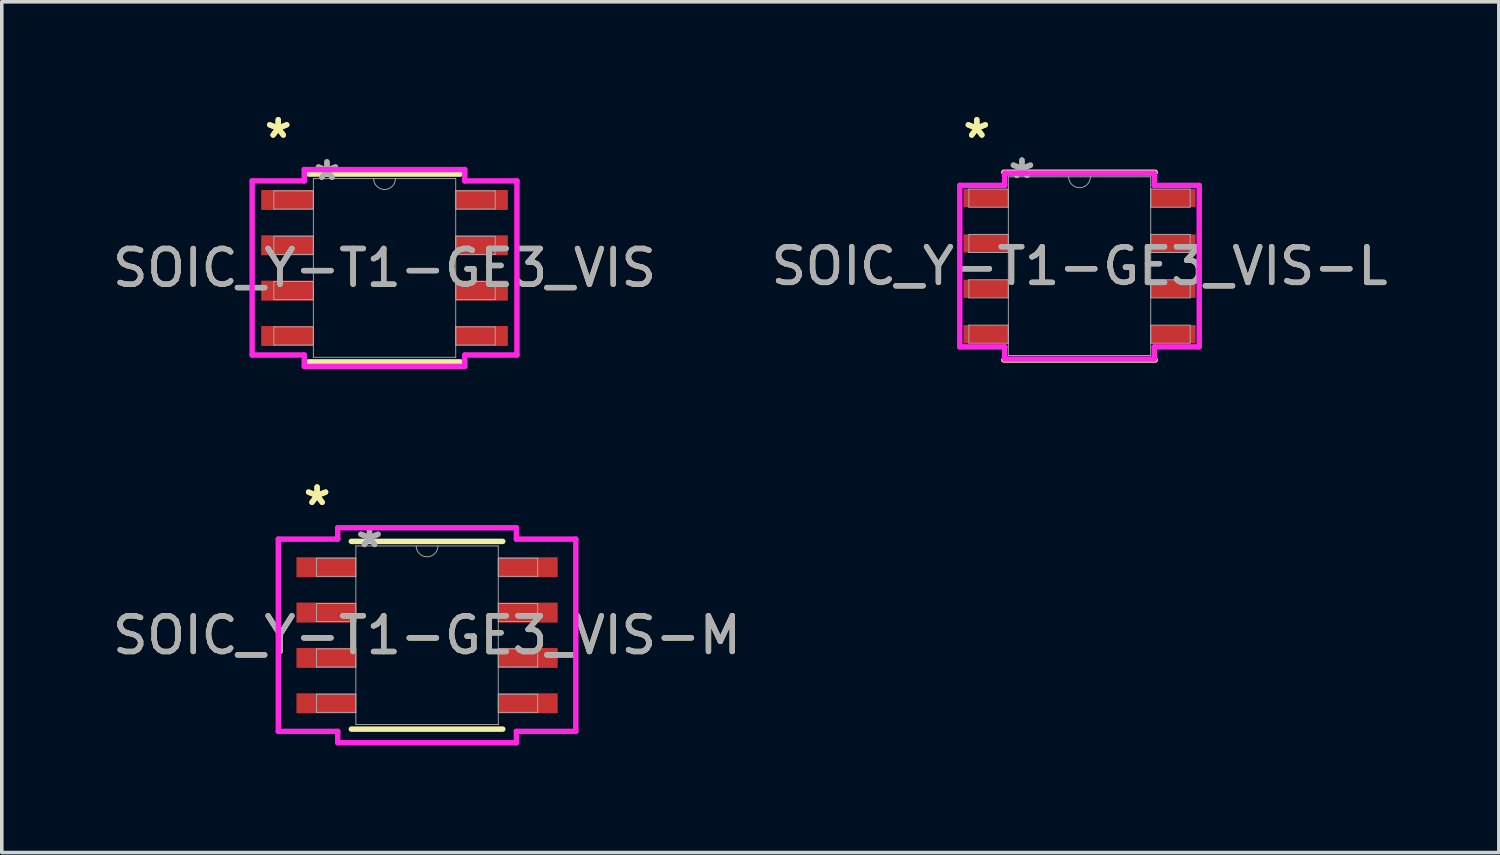
<source format=kicad_pcb>
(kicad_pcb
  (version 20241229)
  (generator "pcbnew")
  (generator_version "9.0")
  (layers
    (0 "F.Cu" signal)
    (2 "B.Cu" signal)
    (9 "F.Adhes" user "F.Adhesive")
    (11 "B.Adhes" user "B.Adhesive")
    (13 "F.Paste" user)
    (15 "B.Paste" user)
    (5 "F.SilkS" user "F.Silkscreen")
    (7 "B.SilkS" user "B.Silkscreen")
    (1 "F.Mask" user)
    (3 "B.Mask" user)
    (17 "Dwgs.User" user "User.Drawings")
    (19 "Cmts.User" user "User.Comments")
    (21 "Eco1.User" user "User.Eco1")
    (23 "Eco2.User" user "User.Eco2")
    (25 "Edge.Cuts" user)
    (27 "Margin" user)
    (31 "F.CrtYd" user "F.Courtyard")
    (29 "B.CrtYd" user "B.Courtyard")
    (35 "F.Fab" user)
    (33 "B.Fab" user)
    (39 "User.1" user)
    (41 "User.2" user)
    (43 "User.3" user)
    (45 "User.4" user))
  (footprint "SOIC_Y-T1-GE3_VIS-M"
    (layer "F.Cu")
    (at 8.911 14.742)
    (property "Reference" "SOIC_Y-T1-GE3_VIS-M" (at 0 0 0) (unlocked yes) (layer "F.SilkS") (effects (font (size 1 1) (thickness 0.15))))
    (attr smd)
    (fp_line (start -2.121 2.629) (end 2.121 2.629) (stroke (width 0.152) (type solid)) (layer "F.SilkS"))
    (fp_line (start 2.121 -2.629) (end -2.121 -2.629) (stroke (width 0.152) (type solid)) (layer "F.SilkS"))
    (fp_line (start -4.166 -2.692) (end -2.502 -2.692) (stroke (width 0.152) (type solid)) (layer "F.CrtYd"))
    (fp_line (start -4.166 2.692) (end -4.166 -2.692) (stroke (width 0.152) (type solid)) (layer "F.CrtYd"))
    (fp_line (start -4.166 2.692) (end -2.502 2.692) (stroke (width 0.152) (type solid)) (layer "F.CrtYd"))
    (fp_line (start -2.502 -3.01) (end 2.502 -3.01) (stroke (width 0.152) (type solid)) (layer "F.CrtYd"))
    (fp_line (start -2.502 -2.692) (end -2.502 -3.01) (stroke (width 0.152) (type solid)) (layer "F.CrtYd"))
    (fp_line (start -2.502 3.01) (end -2.502 2.692) (stroke (width 0.152) (type solid)) (layer "F.CrtYd"))
    (fp_line (start 2.502 -3.01) (end 2.502 -2.692) (stroke (width 0.152) (type solid)) (layer "F.CrtYd"))
    (fp_line (start 2.502 2.692) (end 2.502 3.01) (stroke (width 0.152) (type solid)) (layer "F.CrtYd"))
    (fp_line (start 2.502 3.01) (end -2.502 3.01) (stroke (width 0.152) (type solid)) (layer "F.CrtYd"))
    (fp_line (start 4.166 -2.692) (end 2.502 -2.692) (stroke (width 0.152) (type solid)) (layer "F.CrtYd"))
    (fp_line (start 4.166 -2.692) (end 4.166 2.692) (stroke (width 0.152) (type solid)) (layer "F.CrtYd"))
    (fp_line (start 4.166 2.692) (end 2.502 2.692) (stroke (width 0.152) (type solid)) (layer "F.CrtYd"))
    (fp_line (start -3.099 -2.159) (end -3.099 -1.651) (stroke (width 0.025) (type solid)) (layer "F.Fab"))
    (fp_line (start -3.099 -1.651) (end -1.994 -1.651) (stroke (width 0.025) (type solid)) (layer "F.Fab"))
    (fp_line (start -3.099 -0.889) (end -3.099 -0.381) (stroke (width 0.025) (type solid)) (layer "F.Fab"))
    (fp_line (start -3.099 -0.381) (end -1.994 -0.381) (stroke (width 0.025) (type solid)) (layer "F.Fab"))
    (fp_line (start -3.099 0.381) (end -3.099 0.889) (stroke (width 0.025) (type solid)) (layer "F.Fab"))
    (fp_line (start -3.099 0.889) (end -1.994 0.889) (stroke (width 0.025) (type solid)) (layer "F.Fab"))
    (fp_line (start -3.099 1.651) (end -3.099 2.159) (stroke (width 0.025) (type solid)) (layer "F.Fab"))
    (fp_line (start -3.099 2.159) (end -1.994 2.159) (stroke (width 0.025) (type solid)) (layer "F.Fab"))
    (fp_line (start -1.994 -2.502) (end -1.994 2.502) (stroke (width 0.025) (type solid)) (layer "F.Fab"))
    (fp_line (start -1.994 -2.159) (end -3.099 -2.159) (stroke (width 0.025) (type solid)) (layer "F.Fab"))
    (fp_line (start -1.994 -1.651) (end -1.994 -2.159) (stroke (width 0.025) (type solid)) (layer "F.Fab"))
    (fp_line (start -1.994 -0.889) (end -3.099 -0.889) (stroke (width 0.025) (type solid)) (layer "F.Fab"))
    (fp_line (start -1.994 -0.381) (end -1.994 -0.889) (stroke (width 0.025) (type solid)) (layer "F.Fab"))
    (fp_line (start -1.994 0.381) (end -3.099 0.381) (stroke (width 0.025) (type solid)) (layer "F.Fab"))
    (fp_line (start -1.994 0.889) (end -1.994 0.381) (stroke (width 0.025) (type solid)) (layer "F.Fab"))
    (fp_line (start -1.994 1.651) (end -3.099 1.651) (stroke (width 0.025) (type solid)) (layer "F.Fab"))
    (fp_line (start -1.994 2.159) (end -1.994 1.651) (stroke (width 0.025) (type solid)) (layer "F.Fab"))
    (fp_line (start -1.994 2.502) (end 1.994 2.502) (stroke (width 0.025) (type solid)) (layer "F.Fab"))
    (fp_line (start 1.994 -2.502) (end -1.994 -2.502) (stroke (width 0.025) (type solid)) (layer "F.Fab"))
    (fp_line (start 1.994 -2.159) (end 1.994 -1.651) (stroke (width 0.025) (type solid)) (layer "F.Fab"))
    (fp_line (start 1.994 -1.651) (end 3.099 -1.651) (stroke (width 0.025) (type solid)) (layer "F.Fab"))
    (fp_line (start 1.994 -0.889) (end 1.994 -0.381) (stroke (width 0.025) (type solid)) (layer "F.Fab"))
    (fp_line (start 1.994 -0.381) (end 3.099 -0.381) (stroke (width 0.025) (type solid)) (layer "F.Fab"))
    (fp_line (start 1.994 0.381) (end 1.994 0.889) (stroke (width 0.025) (type solid)) (layer "F.Fab"))
    (fp_line (start 1.994 0.889) (end 3.099 0.889) (stroke (width 0.025) (type solid)) (layer "F.Fab"))
    (fp_line (start 1.994 1.651) (end 1.994 2.159) (stroke (width 0.025) (type solid)) (layer "F.Fab"))
    (fp_line (start 1.994 2.159) (end 3.099 2.159) (stroke (width 0.025) (type solid)) (layer "F.Fab"))
    (fp_line (start 1.994 2.502) (end 1.994 -2.502) (stroke (width 0.025) (type solid)) (layer "F.Fab"))
    (fp_line (start 3.099 -2.159) (end 1.994 -2.159) (stroke (width 0.025) (type solid)) (layer "F.Fab"))
    (fp_line (start 3.099 -1.651) (end 3.099 -2.159) (stroke (width 0.025) (type solid)) (layer "F.Fab"))
    (fp_line (start 3.099 -0.889) (end 1.994 -0.889) (stroke (width 0.025) (type solid)) (layer "F.Fab"))
    (fp_line (start 3.099 -0.381) (end 3.099 -0.889) (stroke (width 0.025) (type solid)) (layer "F.Fab"))
    (fp_line (start 3.099 0.381) (end 1.994 0.381) (stroke (width 0.025) (type solid)) (layer "F.Fab"))
    (fp_line (start 3.099 0.889) (end 3.099 0.381) (stroke (width 0.025) (type solid)) (layer "F.Fab"))
    (fp_line (start 3.099 1.651) (end 1.994 1.651) (stroke (width 0.025) (type solid)) (layer "F.Fab"))
    (fp_line (start 3.099 2.159) (end 3.099 1.651) (stroke (width 0.025) (type solid)) (layer "F.Fab"))
    (fp_arc (start 0.3048 -2.5019) (mid 0 -2.1971) (end -0.3048 -2.5019) (stroke (width 0.0254) (type solid)) (layer "F.Fab"))
    (fp_text user "*" (at -3.08 -3.607 0) (unlocked yes) (layer "F.SilkS") (effects (font (size 1 1) (thickness 0.15))))
    (fp_text user "*" (at -3.08 -3.607 0) (layer "F.SilkS") (effects (font (size 1 1) (thickness 0.15))))
    (fp_text user "*" (at -1.613 -2.426 0) (unlocked yes) (layer "F.Fab") (effects (font (size 1 1) (thickness 0.15))))
    (fp_text user "*" (at -1.613 -2.426 0) (layer "F.Fab") (effects (font (size 1 1) (thickness 0.15))))
    (fp_text user "${REFERENCE}" (at 0 0 0) (unlocked yes) (layer "F.Fab") (effects (font (size 1 1) (thickness 0.15))))
    (pad "1" smd rect (at -2.826 -1.905) (size 1.664 0.559) (layers "F.Cu" "F.Mask" "F.Paste"))
    (pad "2" smd rect (at -2.826 -0.635) (size 1.664 0.559) (layers "F.Cu" "F.Mask" "F.Paste"))
    (pad "3" smd rect (at -2.826 0.635) (size 1.664 0.559) (layers "F.Cu" "F.Mask" "F.Paste"))
    (pad "4" smd rect (at -2.826 1.905) (size 1.664 0.559) (layers "F.Cu" "F.Mask" "F.Paste"))
    (pad "5" smd rect (at 2.826 1.905) (size 1.664 0.559) (layers "F.Cu" "F.Mask" "F.Paste"))
    (pad "6" smd rect (at 2.826 0.635) (size 1.664 0.559) (layers "F.Cu" "F.Mask" "F.Paste"))
    (pad "7" smd rect (at 2.826 -0.635) (size 1.664 0.559) (layers "F.Cu" "F.Mask" "F.Paste"))
    (pad "8" smd rect (at 2.826 -1.905) (size 1.664 0.559) (layers "F.Cu" "F.Mask" "F.Paste")))
  (footprint "SOIC_Y-T1-GE3_VIS-L"
    (layer "F.Cu")
    (at 27.185 4.404)
    (property "Reference" "SOIC_Y-T1-GE3_VIS-L" (at 0 0 0) (unlocked yes) (layer "F.SilkS") (effects (font (size 1 1) (thickness 0.15))))
    (attr smd)
    (fp_line (start -2.121 2.629) (end 2.121 2.629) (stroke (width 0.152) (type solid)) (layer "F.SilkS"))
    (fp_line (start 2.121 -2.629) (end -2.121 -2.629) (stroke (width 0.152) (type solid)) (layer "F.SilkS"))
    (fp_line (start -3.353 -2.261) (end -2.095 -2.261) (stroke (width 0.152) (type solid)) (layer "F.CrtYd"))
    (fp_line (start -3.353 2.261) (end -3.353 -2.261) (stroke (width 0.152) (type solid)) (layer "F.CrtYd"))
    (fp_line (start -3.353 2.261) (end -2.095 2.261) (stroke (width 0.152) (type solid)) (layer "F.CrtYd"))
    (fp_line (start -2.095 -2.603) (end 2.095 -2.603) (stroke (width 0.152) (type solid)) (layer "F.CrtYd"))
    (fp_line (start -2.095 -2.261) (end -2.095 -2.603) (stroke (width 0.152) (type solid)) (layer "F.CrtYd"))
    (fp_line (start -2.095 2.603) (end -2.095 2.261) (stroke (width 0.152) (type solid)) (layer "F.CrtYd"))
    (fp_line (start 2.095 -2.603) (end 2.095 -2.261) (stroke (width 0.152) (type solid)) (layer "F.CrtYd"))
    (fp_line (start 2.095 2.261) (end 2.095 2.603) (stroke (width 0.152) (type solid)) (layer "F.CrtYd"))
    (fp_line (start 2.095 2.603) (end -2.095 2.603) (stroke (width 0.152) (type solid)) (layer "F.CrtYd"))
    (fp_line (start 3.353 -2.261) (end 2.095 -2.261) (stroke (width 0.152) (type solid)) (layer "F.CrtYd"))
    (fp_line (start 3.353 -2.261) (end 3.353 2.261) (stroke (width 0.152) (type solid)) (layer "F.CrtYd"))
    (fp_line (start 3.353 2.261) (end 2.095 2.261) (stroke (width 0.152) (type solid)) (layer "F.CrtYd"))
    (fp_line (start -3.099 -2.159) (end -3.099 -1.651) (stroke (width 0.025) (type solid)) (layer "F.Fab"))
    (fp_line (start -3.099 -1.651) (end -1.994 -1.651) (stroke (width 0.025) (type solid)) (layer "F.Fab"))
    (fp_line (start -3.099 -0.889) (end -3.099 -0.381) (stroke (width 0.025) (type solid)) (layer "F.Fab"))
    (fp_line (start -3.099 -0.381) (end -1.994 -0.381) (stroke (width 0.025) (type solid)) (layer "F.Fab"))
    (fp_line (start -3.099 0.381) (end -3.099 0.889) (stroke (width 0.025) (type solid)) (layer "F.Fab"))
    (fp_line (start -3.099 0.889) (end -1.994 0.889) (stroke (width 0.025) (type solid)) (layer "F.Fab"))
    (fp_line (start -3.099 1.651) (end -3.099 2.159) (stroke (width 0.025) (type solid)) (layer "F.Fab"))
    (fp_line (start -3.099 2.159) (end -1.994 2.159) (stroke (width 0.025) (type solid)) (layer "F.Fab"))
    (fp_line (start -1.994 -2.502) (end -1.994 2.502) (stroke (width 0.025) (type solid)) (layer "F.Fab"))
    (fp_line (start -1.994 -2.159) (end -3.099 -2.159) (stroke (width 0.025) (type solid)) (layer "F.Fab"))
    (fp_line (start -1.994 -1.651) (end -1.994 -2.159) (stroke (width 0.025) (type solid)) (layer "F.Fab"))
    (fp_line (start -1.994 -0.889) (end -3.099 -0.889) (stroke (width 0.025) (type solid)) (layer "F.Fab"))
    (fp_line (start -1.994 -0.381) (end -1.994 -0.889) (stroke (width 0.025) (type solid)) (layer "F.Fab"))
    (fp_line (start -1.994 0.381) (end -3.099 0.381) (stroke (width 0.025) (type solid)) (layer "F.Fab"))
    (fp_line (start -1.994 0.889) (end -1.994 0.381) (stroke (width 0.025) (type solid)) (layer "F.Fab"))
    (fp_line (start -1.994 1.651) (end -3.099 1.651) (stroke (width 0.025) (type solid)) (layer "F.Fab"))
    (fp_line (start -1.994 2.159) (end -1.994 1.651) (stroke (width 0.025) (type solid)) (layer "F.Fab"))
    (fp_line (start -1.994 2.502) (end 1.994 2.502) (stroke (width 0.025) (type solid)) (layer "F.Fab"))
    (fp_line (start 1.994 -2.502) (end -1.994 -2.502) (stroke (width 0.025) (type solid)) (layer "F.Fab"))
    (fp_line (start 1.994 -2.159) (end 1.994 -1.651) (stroke (width 0.025) (type solid)) (layer "F.Fab"))
    (fp_line (start 1.994 -1.651) (end 3.099 -1.651) (stroke (width 0.025) (type solid)) (layer "F.Fab"))
    (fp_line (start 1.994 -0.889) (end 1.994 -0.381) (stroke (width 0.025) (type solid)) (layer "F.Fab"))
    (fp_line (start 1.994 -0.381) (end 3.099 -0.381) (stroke (width 0.025) (type solid)) (layer "F.Fab"))
    (fp_line (start 1.994 0.381) (end 1.994 0.889) (stroke (width 0.025) (type solid)) (layer "F.Fab"))
    (fp_line (start 1.994 0.889) (end 3.099 0.889) (stroke (width 0.025) (type solid)) (layer "F.Fab"))
    (fp_line (start 1.994 1.651) (end 1.994 2.159) (stroke (width 0.025) (type solid)) (layer "F.Fab"))
    (fp_line (start 1.994 2.159) (end 3.099 2.159) (stroke (width 0.025) (type solid)) (layer "F.Fab"))
    (fp_line (start 1.994 2.502) (end 1.994 -2.502) (stroke (width 0.025) (type solid)) (layer "F.Fab"))
    (fp_line (start 3.099 -2.159) (end 1.994 -2.159) (stroke (width 0.025) (type solid)) (layer "F.Fab"))
    (fp_line (start 3.099 -1.651) (end 3.099 -2.159) (stroke (width 0.025) (type solid)) (layer "F.Fab"))
    (fp_line (start 3.099 -0.889) (end 1.994 -0.889) (stroke (width 0.025) (type solid)) (layer "F.Fab"))
    (fp_line (start 3.099 -0.381) (end 3.099 -0.889) (stroke (width 0.025) (type solid)) (layer "F.Fab"))
    (fp_line (start 3.099 0.381) (end 1.994 0.381) (stroke (width 0.025) (type solid)) (layer "F.Fab"))
    (fp_line (start 3.099 0.889) (end 3.099 0.381) (stroke (width 0.025) (type solid)) (layer "F.Fab"))
    (fp_line (start 3.099 1.651) (end 1.994 1.651) (stroke (width 0.025) (type solid)) (layer "F.Fab"))
    (fp_line (start 3.099 2.159) (end 3.099 1.651) (stroke (width 0.025) (type solid)) (layer "F.Fab"))
    (fp_arc (start 0.3048 -2.5019) (mid 0 -2.1971) (end -0.3048 -2.5019) (stroke (width 0.0254) (type solid)) (layer "F.Fab"))
    (fp_text user "*" (at -2.877 -3.556 0) (layer "F.SilkS") (effects (font (size 1 1) (thickness 0.15))))
    (fp_text user "*" (at -2.877 -3.556 0) (unlocked yes) (layer "F.SilkS") (effects (font (size 1 1) (thickness 0.15))))
    (fp_text user "*" (at -1.613 -2.426 0) (unlocked yes) (layer "F.Fab") (effects (font (size 1 1) (thickness 0.15))))
    (fp_text user "${REFERENCE}" (at 0 0 0) (unlocked yes) (layer "F.Fab") (effects (font (size 1 1) (thickness 0.15))))
    (fp_text user "*" (at -1.613 -2.426 0) (layer "F.Fab") (effects (font (size 1 1) (thickness 0.15))))
    (pad "1" smd rect (at -2.623 -1.905) (size 1.257 0.508) (layers "F.Cu" "F.Mask" "F.Paste"))
    (pad "2" smd rect (at -2.623 -0.635) (size 1.257 0.508) (layers "F.Cu" "F.Mask" "F.Paste"))
    (pad "3" smd rect (at -2.623 0.635) (size 1.257 0.508) (layers "F.Cu" "F.Mask" "F.Paste"))
    (pad "4" smd rect (at -2.623 1.905) (size 1.257 0.508) (layers "F.Cu" "F.Mask" "F.Paste"))
    (pad "5" smd rect (at 2.623 1.905) (size 1.257 0.508) (layers "F.Cu" "F.Mask" "F.Paste"))
    (pad "6" smd rect (at 2.623 0.635) (size 1.257 0.508) (layers "F.Cu" "F.Mask" "F.Paste"))
    (pad "7" smd rect (at 2.623 -0.635) (size 1.257 0.508) (layers "F.Cu" "F.Mask" "F.Paste"))
    (pad "8" smd rect (at 2.623 -1.905) (size 1.257 0.508) (layers "F.Cu" "F.Mask" "F.Paste")))
  (footprint "SOIC_Y-T1-GE3_VIS"
    (layer "F.Cu")
    (at 7.72 4.455)
    (property "Reference" "SOIC_Y-T1-GE3_VIS" (at 0 0 0) (unlocked yes) (layer "F.SilkS") (effects (font (size 1 1) (thickness 0.15))))
    (attr smd)
    (fp_line (start -2.121 2.629) (end 2.121 2.629) (stroke (width 0.152) (type solid)) (layer "F.SilkS"))
    (fp_line (start 2.121 -2.629) (end -2.121 -2.629) (stroke (width 0.152) (type solid)) (layer "F.SilkS"))
    (fp_line (start -3.708 -2.438) (end -2.248 -2.438) (stroke (width 0.152) (type solid)) (layer "F.CrtYd"))
    (fp_line (start -3.708 2.438) (end -3.708 -2.438) (stroke (width 0.152) (type solid)) (layer "F.CrtYd"))
    (fp_line (start -3.708 2.438) (end -2.248 2.438) (stroke (width 0.152) (type solid)) (layer "F.CrtYd"))
    (fp_line (start -2.248 -2.756) (end 2.248 -2.756) (stroke (width 0.152) (type solid)) (layer "F.CrtYd"))
    (fp_line (start -2.248 -2.438) (end -2.248 -2.756) (stroke (width 0.152) (type solid)) (layer "F.CrtYd"))
    (fp_line (start -2.248 2.756) (end -2.248 2.438) (stroke (width 0.152) (type solid)) (layer "F.CrtYd"))
    (fp_line (start 2.248 -2.756) (end 2.248 -2.438) (stroke (width 0.152) (type solid)) (layer "F.CrtYd"))
    (fp_line (start 2.248 2.438) (end 2.248 2.756) (stroke (width 0.152) (type solid)) (layer "F.CrtYd"))
    (fp_line (start 2.248 2.756) (end -2.248 2.756) (stroke (width 0.152) (type solid)) (layer "F.CrtYd"))
    (fp_line (start 3.708 -2.438) (end 2.248 -2.438) (stroke (width 0.152) (type solid)) (layer "F.CrtYd"))
    (fp_line (start 3.708 -2.438) (end 3.708 2.438) (stroke (width 0.152) (type solid)) (layer "F.CrtYd"))
    (fp_line (start 3.708 2.438) (end 2.248 2.438) (stroke (width 0.152) (type solid)) (layer "F.CrtYd"))
    (fp_line (start -3.099 -2.159) (end -3.099 -1.651) (stroke (width 0.025) (type solid)) (layer "F.Fab"))
    (fp_line (start -3.099 -1.651) (end -1.994 -1.651) (stroke (width 0.025) (type solid)) (layer "F.Fab"))
    (fp_line (start -3.099 -0.889) (end -3.099 -0.381) (stroke (width 0.025) (type solid)) (layer "F.Fab"))
    (fp_line (start -3.099 -0.381) (end -1.994 -0.381) (stroke (width 0.025) (type solid)) (layer "F.Fab"))
    (fp_line (start -3.099 0.381) (end -3.099 0.889) (stroke (width 0.025) (type solid)) (layer "F.Fab"))
    (fp_line (start -3.099 0.889) (end -1.994 0.889) (stroke (width 0.025) (type solid)) (layer "F.Fab"))
    (fp_line (start -3.099 1.651) (end -3.099 2.159) (stroke (width 0.025) (type solid)) (layer "F.Fab"))
    (fp_line (start -3.099 2.159) (end -1.994 2.159) (stroke (width 0.025) (type solid)) (layer "F.Fab"))
    (fp_line (start -1.994 -2.502) (end -1.994 2.502) (stroke (width 0.025) (type solid)) (layer "F.Fab"))
    (fp_line (start -1.994 -2.159) (end -3.099 -2.159) (stroke (width 0.025) (type solid)) (layer "F.Fab"))
    (fp_line (start -1.994 -1.651) (end -1.994 -2.159) (stroke (width 0.025) (type solid)) (layer "F.Fab"))
    (fp_line (start -1.994 -0.889) (end -3.099 -0.889) (stroke (width 0.025) (type solid)) (layer "F.Fab"))
    (fp_line (start -1.994 -0.381) (end -1.994 -0.889) (stroke (width 0.025) (type solid)) (layer "F.Fab"))
    (fp_line (start -1.994 0.381) (end -3.099 0.381) (stroke (width 0.025) (type solid)) (layer "F.Fab"))
    (fp_line (start -1.994 0.889) (end -1.994 0.381) (stroke (width 0.025) (type solid)) (layer "F.Fab"))
    (fp_line (start -1.994 1.651) (end -3.099 1.651) (stroke (width 0.025) (type solid)) (layer "F.Fab"))
    (fp_line (start -1.994 2.159) (end -1.994 1.651) (stroke (width 0.025) (type solid)) (layer "F.Fab"))
    (fp_line (start -1.994 2.502) (end 1.994 2.502) (stroke (width 0.025) (type solid)) (layer "F.Fab"))
    (fp_line (start 1.994 -2.502) (end -1.994 -2.502) (stroke (width 0.025) (type solid)) (layer "F.Fab"))
    (fp_line (start 1.994 -2.159) (end 1.994 -1.651) (stroke (width 0.025) (type solid)) (layer "F.Fab"))
    (fp_line (start 1.994 -1.651) (end 3.099 -1.651) (stroke (width 0.025) (type solid)) (layer "F.Fab"))
    (fp_line (start 1.994 -0.889) (end 1.994 -0.381) (stroke (width 0.025) (type solid)) (layer "F.Fab"))
    (fp_line (start 1.994 -0.381) (end 3.099 -0.381) (stroke (width 0.025) (type solid)) (layer "F.Fab"))
    (fp_line (start 1.994 0.381) (end 1.994 0.889) (stroke (width 0.025) (type solid)) (layer "F.Fab"))
    (fp_line (start 1.994 0.889) (end 3.099 0.889) (stroke (width 0.025) (type solid)) (layer "F.Fab"))
    (fp_line (start 1.994 1.651) (end 1.994 2.159) (stroke (width 0.025) (type solid)) (layer "F.Fab"))
    (fp_line (start 1.994 2.159) (end 3.099 2.159) (stroke (width 0.025) (type solid)) (layer "F.Fab"))
    (fp_line (start 1.994 2.502) (end 1.994 -2.502) (stroke (width 0.025) (type solid)) (layer "F.Fab"))
    (fp_line (start 3.099 -2.159) (end 1.994 -2.159) (stroke (width 0.025) (type solid)) (layer "F.Fab"))
    (fp_line (start 3.099 -1.651) (end 3.099 -2.159) (stroke (width 0.025) (type solid)) (layer "F.Fab"))
    (fp_line (start 3.099 -0.889) (end 1.994 -0.889) (stroke (width 0.025) (type solid)) (layer "F.Fab"))
    (fp_line (start 3.099 -0.381) (end 3.099 -0.889) (stroke (width 0.025) (type solid)) (layer "F.Fab"))
    (fp_line (start 3.099 0.381) (end 1.994 0.381) (stroke (width 0.025) (type solid)) (layer "F.Fab"))
    (fp_line (start 3.099 0.889) (end 3.099 0.381) (stroke (width 0.025) (type solid)) (layer "F.Fab"))
    (fp_line (start 3.099 1.651) (end 1.994 1.651) (stroke (width 0.025) (type solid)) (layer "F.Fab"))
    (fp_line (start 3.099 2.159) (end 3.099 1.651) (stroke (width 0.025) (type solid)) (layer "F.Fab"))
    (fp_arc (start 0.3048 -2.5019) (mid 0 -2.1971) (end -0.3048 -2.5019) (stroke (width 0.0254) (type solid)) (layer "F.Fab"))
    (fp_text user "*" (at -2.978 -3.607 0) (unlocked yes) (layer "F.SilkS") (effects (font (size 1 1) (thickness 0.15))))
    (fp_text user "*" (at -2.978 -3.607 0) (layer "F.SilkS") (effects (font (size 1 1) (thickness 0.15))))
    (fp_text user "${REFERENCE}" (at 0 0 0) (unlocked yes) (layer "F.Fab") (effects (font (size 1 1) (thickness 0.15))))
    (fp_text user "*" (at -1.613 -2.426 0) (layer "F.Fab") (effects (font (size 1 1) (thickness 0.15))))
    (fp_text user "*" (at -1.613 -2.426 0) (unlocked yes) (layer "F.Fab") (effects (font (size 1 1) (thickness 0.15))))
    (pad "1" smd rect (at -2.724 -1.905) (size 1.46 0.559) (layers "F.Cu" "F.Mask" "F.Paste"))
    (pad "2" smd rect (at -2.724 -0.635) (size 1.46 0.559) (layers "F.Cu" "F.Mask" "F.Paste"))
    (pad "3" smd rect (at -2.724 0.635) (size 1.46 0.559) (layers "F.Cu" "F.Mask" "F.Paste"))
    (pad "4" smd rect (at -2.724 1.905) (size 1.46 0.559) (layers "F.Cu" "F.Mask" "F.Paste"))
    (pad "5" smd rect (at 2.724 1.905) (size 1.46 0.559) (layers "F.Cu" "F.Mask" "F.Paste"))
    (pad "6" smd rect (at 2.724 0.635) (size 1.46 0.559) (layers "F.Cu" "F.Mask" "F.Paste"))
    (pad "7" smd rect (at 2.724 -0.635) (size 1.46 0.559) (layers "F.Cu" "F.Mask" "F.Paste"))
    (pad "8" smd rect (at 2.724 -1.905) (size 1.46 0.559) (layers "F.Cu" "F.Mask" "F.Paste")))
  (gr_rect
    (start -3 -3)
    (end 38.929 20.828)
    (stroke (width 0.1) (type default))
    (fill no)
    (layer "Edge.Cuts")))
</source>
